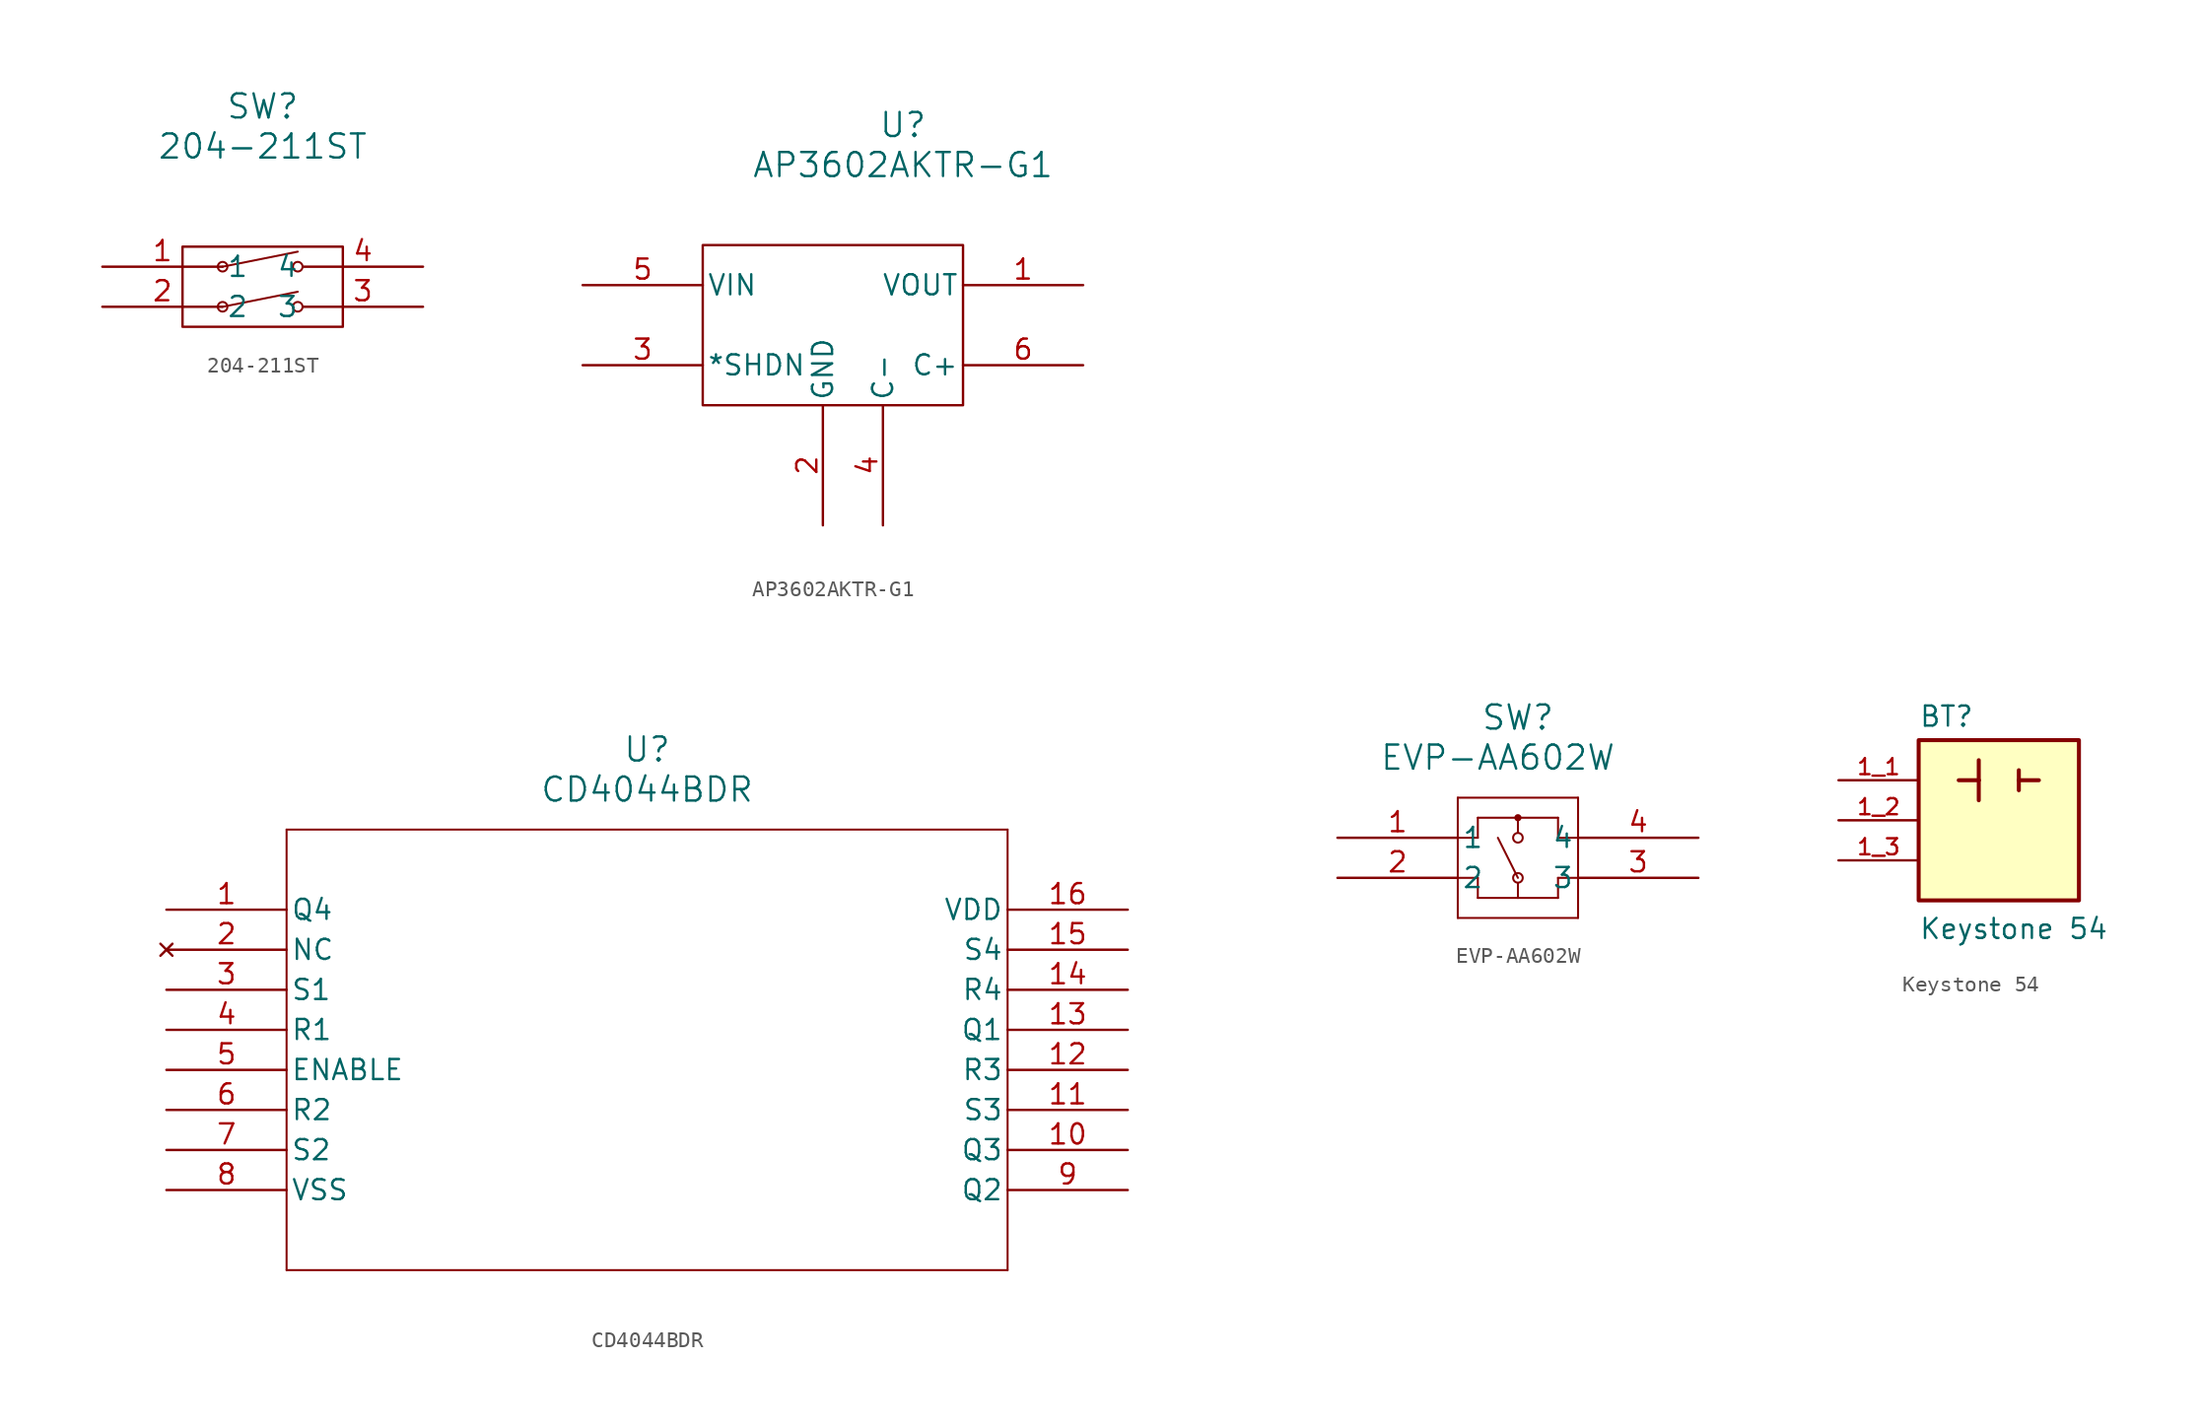
<source format=kicad_sym>
(kicad_symbol_lib
  (version 20231120)
  (generator "kicad_symbol_editor")
  (generator_version "8.0")
  (symbol "204-211ST"
    (pin_names
      (offset 0.254))
    (property "Reference" "SW"
      (at 20.32 10.16 0)
      (effects (font (size 1.524 1.524))))
    (property "Value" "204-211ST"
      (at 20.32 7.62 0)
      (effects (font (size 1.524 1.524))))
    (property "ki_locked" ""
      (at 0 0 0)
      (effects (font (size 1.27 1.27))))
    (symbol "204-211ST_0_1"
      (polyline (pts (xy 17.78 -2.54) (xy 22.543 -1.587)) (stroke (width 0.127) (type default)) (fill (type none)))
      (polyline (pts (xy 17.78 0) (xy 22.543 0.953)) (stroke (width 0.127) (type default)) (fill (type none)))
      (circle (center 17.78 -2.54) (radius 0.305) (stroke (width 0.127) (type default)) (fill (type none)))
      (circle (center 17.78 0) (radius 0.305) (stroke (width 0.127) (type default)) (fill (type none)))
      (circle (center 22.543 -2.54) (radius 0.305) (stroke (width 0.127) (type default)) (fill (type none)))
      (circle (center 22.543 0) (radius 0.305) (stroke (width 0.127) (type default)) (fill (type none))))
    (symbol "204-211ST_1_1"
      (rectangle (start 15.24 1.27) (end 25.4 -3.81) (stroke (width 0) (type default)) (fill (type none)))
      (pin unspecified line (at 10.16 0 0) (length 7.62) (name "1" (effects (font (size 1.27 1.27)))) (number "1" (effects (font (size 1.27 1.27)))))
      (pin unspecified line (at 10.16 -2.54 0) (length 7.62) (name "2" (effects (font (size 1.27 1.27)))) (number "2" (effects (font (size 1.27 1.27)))))
      (pin unspecified line (at 30.48 -2.54 180) (length 7.62) (name "3" (effects (font (size 1.27 1.27)))) (number "3" (effects (font (size 1.27 1.27)))))
      (pin unspecified line (at 30.48 0 180) (length 7.62) (name "4" (effects (font (size 1.27 1.27)))) (number "4" (effects (font (size 1.27 1.27)))))))
  (symbol "AP3602AKTR-G1"
    (pin_names
      (offset 0.254))
    (property "Reference" "U"
      (at 20.32 10.16 0)
      (effects (font (size 1.524 1.524))))
    (property "Value" "AP3602AKTR-G1"
      (at 20.32 7.62 0)
      (effects (font (size 1.524 1.524))))
    (property "ki_locked" ""
      (at 0 0 0)
      (effects (font (size 1.27 1.27))))
    (symbol "AP3602AKTR-G1_0_1"
      (pin output line (at 31.75 0 180) (length 7.62) (name "VOUT" (effects (font (size 1.27 1.27)))) (number "1" (effects (font (size 1.27 1.27)))))
      (pin power_in line (at 15.24 -15.24 90) (length 7.62) (name "GND" (effects (font (size 1.27 1.27)))) (number "2" (effects (font (size 1.27 1.27)))))
      (pin input line (at 0 -5.08 0) (length 7.62) (name "*SHDN" (effects (font (size 1.27 1.27)))) (number "3" (effects (font (size 1.27 1.27)))))
      (pin input line (at 0 0 0) (length 7.62) (name "VIN" (effects (font (size 1.27 1.27)))) (number "5" (effects (font (size 1.27 1.27))))))
    (symbol "AP3602AKTR-G1_1_1"
      (rectangle (start 7.62 2.54) (end 24.13 -7.62) (stroke (width 0) (type default)) (fill (type none)))
      (pin passive line (at 19.05 -15.24 90) (length 7.62) (name "C-" (effects (font (size 1.27 1.27)))) (number "4" (effects (font (size 1.27 1.27)))))
      (pin passive line (at 31.75 -5.08 180) (length 7.62) (name "C+" (effects (font (size 1.27 1.27)))) (number "6" (effects (font (size 1.27 1.27)))))))
  (symbol "CD4044BDR"
    (pin_names
      (offset 0.254))
    (property "Reference" "U"
      (at 30.48 10.16 0)
      (effects (font (size 1.524 1.524))))
    (property "Value" "CD4044BDR"
      (at 30.48 7.62 0)
      (effects (font (size 1.524 1.524))))
    (property "ki_locked" ""
      (at 0 0 0)
      (effects (font (size 1.27 1.27))))
    (symbol "CD4044BDR_0_1"
      (polyline (pts (xy 7.62 -22.86) (xy 53.34 -22.86)) (stroke (width 0.127) (type default)) (fill (type none)))
      (polyline (pts (xy 7.62 5.08) (xy 7.62 -22.86)) (stroke (width 0.127) (type default)) (fill (type none)))
      (polyline (pts (xy 53.34 -22.86) (xy 53.34 5.08)) (stroke (width 0.127) (type default)) (fill (type none)))
      (polyline (pts (xy 53.34 5.08) (xy 7.62 5.08)) (stroke (width 0.127) (type default)) (fill (type none)))
      (pin power_in line (at 60.96 0 180) (length 7.62) (name "VDD" (effects (font (size 1.27 1.27)))) (number "16" (effects (font (size 1.27 1.27)))))
      (pin no_connect line (at 0 -2.54 0) (length 7.62) (name "NC" (effects (font (size 1.27 1.27)))) (number "2" (effects (font (size 1.27 1.27))))))
    (symbol "CD4044BDR_1_1"
      (pin output line (at 0 0 0) (length 7.62) (name "Q4" (effects (font (size 1.27 1.27)))) (number "1" (effects (font (size 1.27 1.27)))))
      (pin output line (at 60.96 -15.24 180) (length 7.62) (name "Q3" (effects (font (size 1.27 1.27)))) (number "10" (effects (font (size 1.27 1.27)))))
      (pin input line (at 60.96 -12.7 180) (length 7.62) (name "S3" (effects (font (size 1.27 1.27)))) (number "11" (effects (font (size 1.27 1.27)))))
      (pin input line (at 60.96 -10.16 180) (length 7.62) (name "R3" (effects (font (size 1.27 1.27)))) (number "12" (effects (font (size 1.27 1.27)))))
      (pin output line (at 60.96 -7.62 180) (length 7.62) (name "Q1" (effects (font (size 1.27 1.27)))) (number "13" (effects (font (size 1.27 1.27)))))
      (pin input line (at 60.96 -5.08 180) (length 7.62) (name "R4" (effects (font (size 1.27 1.27)))) (number "14" (effects (font (size 1.27 1.27)))))
      (pin input line (at 60.96 -2.54 180) (length 7.62) (name "S4" (effects (font (size 1.27 1.27)))) (number "15" (effects (font (size 1.27 1.27)))))
      (pin input line (at 0 -5.08 0) (length 7.62) (name "S1" (effects (font (size 1.27 1.27)))) (number "3" (effects (font (size 1.27 1.27)))))
      (pin input line (at 0 -7.62 0) (length 7.62) (name "R1" (effects (font (size 1.27 1.27)))) (number "4" (effects (font (size 1.27 1.27)))))
      (pin input line (at 0 -10.16 0) (length 7.62) (name "ENABLE" (effects (font (size 1.27 1.27)))) (number "5" (effects (font (size 1.27 1.27)))))
      (pin input line (at 0 -12.7 0) (length 7.62) (name "R2" (effects (font (size 1.27 1.27)))) (number "6" (effects (font (size 1.27 1.27)))))
      (pin input line (at 0 -15.24 0) (length 7.62) (name "S2" (effects (font (size 1.27 1.27)))) (number "7" (effects (font (size 1.27 1.27)))))
      (pin power_in line (at 0 -17.78 0) (length 7.62) (name "VSS" (effects (font (size 1.27 1.27)))) (number "8" (effects (font (size 1.27 1.27)))))
      (pin output line (at 60.96 -17.78 180) (length 7.62) (name "Q2" (effects (font (size 1.27 1.27)))) (number "9" (effects (font (size 1.27 1.27)))))))
  (symbol "EVP-AA602W"
    (pin_names
      (offset 0.254))
    (property "Reference" "SW"
      (at 11.43 7.62 0)
      (effects (font (size 1.524 1.524))))
    (property "Value" "EVP-AA602W"
      (at 10.16 5.08 0)
      (effects (font (size 1.524 1.524))))
    (property "ki_locked" ""
      (at 0 0 0)
      (effects (font (size 1.27 1.27))))
    (symbol "EVP-AA602W_0_1"
      (polyline (pts (xy 7.62 -5.08) (xy 15.24 -5.08)) (stroke (width 0.127) (type default)) (fill (type none)))
      (polyline (pts (xy 7.62 -2.54) (xy 8.89 -2.54)) (stroke (width 0.127) (type default)) (fill (type none)))
      (polyline (pts (xy 7.62 0) (xy 8.89 0)) (stroke (width 0.127) (type default)) (fill (type none)))
      (polyline (pts (xy 7.62 2.54) (xy 7.62 -5.08)) (stroke (width 0.127) (type default)) (fill (type none)))
      (polyline (pts (xy 8.89 -3.81) (xy 13.97 -3.81)) (stroke (width 0.127) (type default)) (fill (type none)))
      (polyline (pts (xy 8.89 -2.54) (xy 8.89 -3.81)) (stroke (width 0.127) (type default)) (fill (type none)))
      (polyline (pts (xy 8.89 1.27) (xy 8.89 0)) (stroke (width 0.127) (type default)) (fill (type none)))
      (polyline (pts (xy 11.43 -3.81) (xy 11.43 -2.857)) (stroke (width 0.127) (type default)) (fill (type none)))
      (polyline (pts (xy 11.43 -2.54) (xy 10.16 0)) (stroke (width 0.127) (type default)) (fill (type none)))
      (polyline (pts (xy 11.43 0.318) (xy 11.43 1.27)) (stroke (width 0.127) (type default)) (fill (type none)))
      (polyline (pts (xy 13.97 -3.81) (xy 13.97 -2.54)) (stroke (width 0.127) (type default)) (fill (type none)))
      (polyline (pts (xy 13.97 -2.54) (xy 15.24 -2.54)) (stroke (width 0.127) (type default)) (fill (type none)))
      (polyline (pts (xy 13.97 0) (xy 13.97 1.27)) (stroke (width 0.127) (type default)) (fill (type none)))
      (polyline (pts (xy 13.97 0) (xy 15.24 0)) (stroke (width 0.127) (type default)) (fill (type none)))
      (polyline (pts (xy 13.97 1.27) (xy 8.89 1.27)) (stroke (width 0.127) (type default)) (fill (type none)))
      (polyline (pts (xy 15.24 -5.08) (xy 15.24 2.54)) (stroke (width 0.127) (type default)) (fill (type none)))
      (polyline (pts (xy 15.24 2.54) (xy 7.62 2.54)) (stroke (width 0.127) (type default)) (fill (type none)))
      (circle (center 11.43 -2.54) (radius 0.305) (stroke (width 0.127) (type default)) (fill (type none)))
      (circle (center 11.43 0) (radius 0.305) (stroke (width 0.127) (type default)) (fill (type none)))
      (circle (center 11.43 1.27) (radius 0.127) (stroke (width 0.203) (type default)) (fill (type none))))
    (symbol "EVP-AA602W_1_1"
      (pin passive line (at 0 0 0) (length 7.62) (name "1" (effects (font (size 1.27 1.27)))) (number "1" (effects (font (size 1.27 1.27)))))
      (pin passive line (at 0 -2.54 0) (length 7.62) (name "2" (effects (font (size 1.27 1.27)))) (number "2" (effects (font (size 1.27 1.27)))))
      (pin passive line (at 22.86 -2.54 180) (length 7.62) (name "3" (effects (font (size 1.27 1.27)))) (number "3" (effects (font (size 1.27 1.27)))))
      (pin passive line (at 22.86 0 180) (length 7.62) (name "4" (effects (font (size 1.27 1.27)))) (number "4" (effects (font (size 1.27 1.27)))))))
  (symbol "Keystone 54"
    (pin_names
      (offset 1.016))
    (property "Reference" "BT"
      (at -5.08 3.302 0)
      (effects (font (size 1.27 1.27)) (justify left bottom)))
    (property "Value" "Keystone 54"
      (at -5.08 -10.16 0)
      (effects (font (size 1.27 1.27)) (justify left bottom)))
    (symbol "Keystone 54_0_0"
      (rectangle (start -5.08 -7.62) (end 5.08 2.54) (stroke (width 0.254) (type default)) (fill (type background)))
      (polyline (pts (xy -1.27 0) (xy -2.54 0)) (stroke (width 0.254) (type default)) (fill (type none)))
      (polyline (pts (xy -1.27 0) (xy -1.27 -1.27)) (stroke (width 0.254) (type default)) (fill (type none)))
      (polyline (pts (xy -1.27 1.27) (xy -1.27 0)) (stroke (width 0.254) (type default)) (fill (type none)))
      (polyline (pts (xy 1.27 0) (xy 1.27 -0.635)) (stroke (width 0.254) (type default)) (fill (type none)))
      (polyline (pts (xy 1.27 0) (xy 2.54 0)) (stroke (width 0.254) (type default)) (fill (type none)))
      (polyline (pts (xy 1.27 0.635) (xy 1.27 0)) (stroke (width 0.254) (type default)) (fill (type none)))
      (pin passive line (at -10.16 0 0) (length 5.08) (name "~" (effects (font (size 1.016 1.016)))) (number "1_1" (effects (font (size 1.016 1.016)))))
      (pin passive line (at -10.16 -2.54 0) (length 5.08) (name "~" (effects (font (size 1.016 1.016)))) (number "1_2" (effects (font (size 1.016 1.016)))))
      (pin passive line (at -10.16 -5.08 0) (length 5.08) (name "~" (effects (font (size 1.016 1.016)))) (number "1_3" (effects (font (size 1.016 1.016))))))))
</source>
